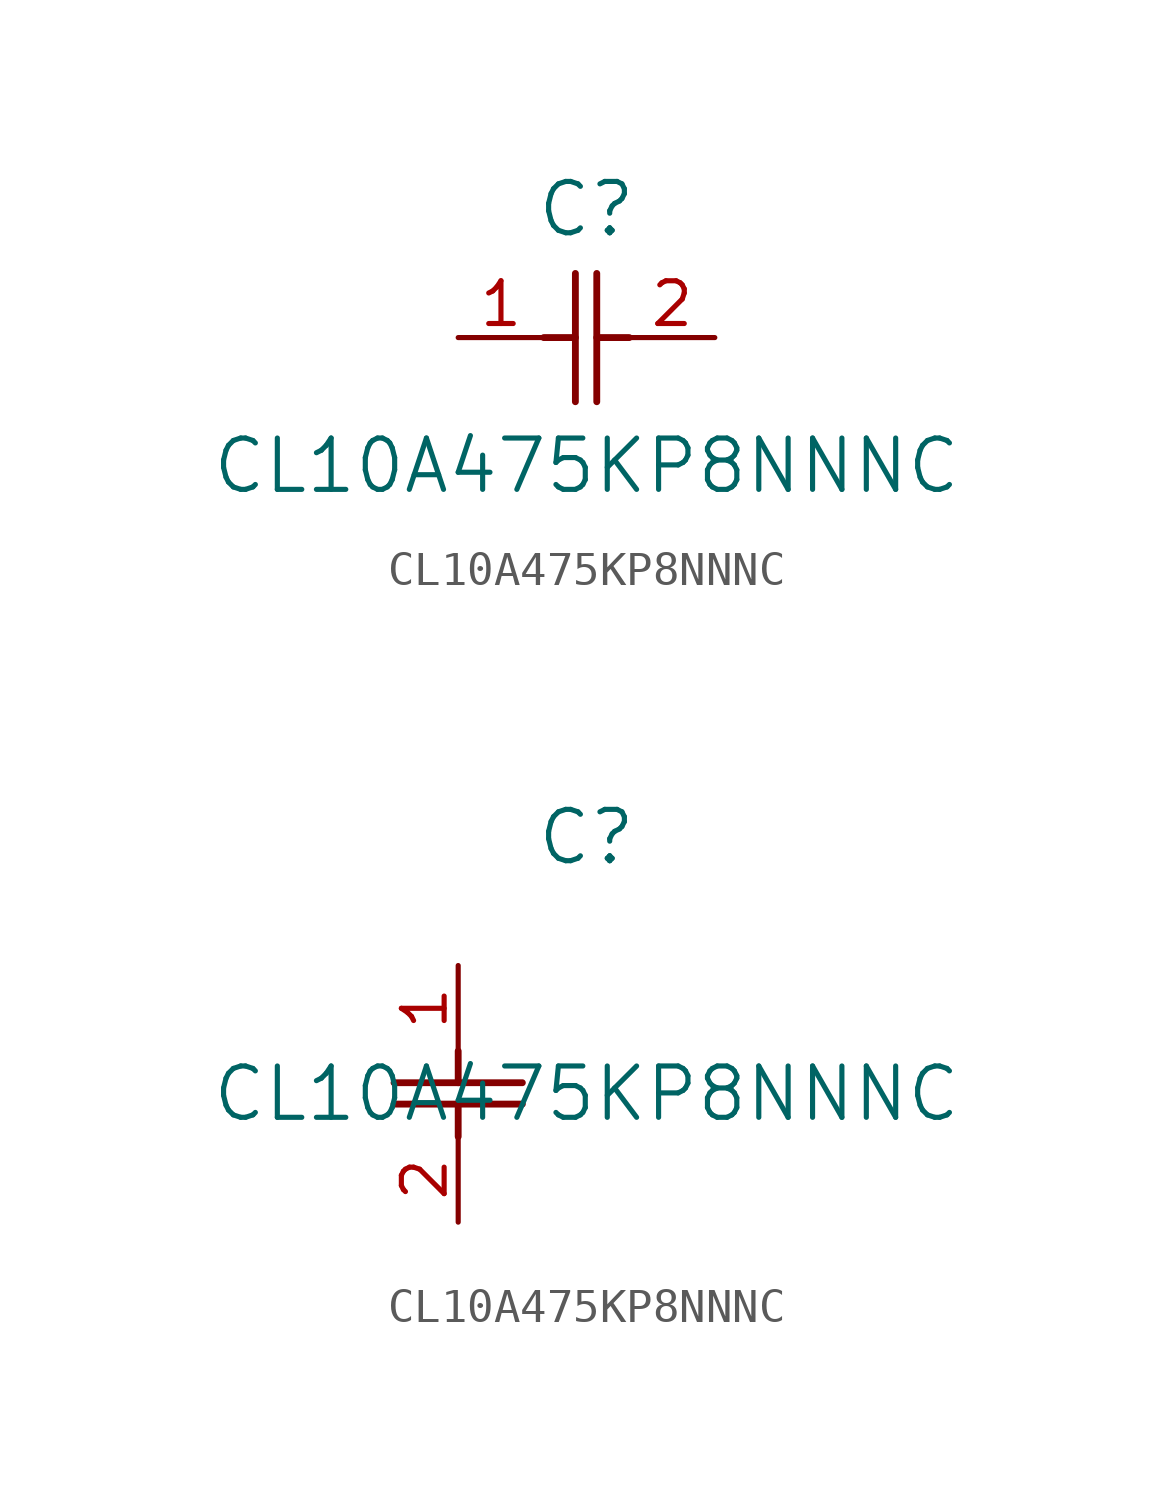
<source format=kicad_sym>
(kicad_symbol_lib
  (version 20211014)
  (generator kicad_symbol_editor)
  (symbol "CL10A475KP8NNNC"
    (pin_names
      (offset 0.254))
    (property "Reference" "C"
      (at 3.81 3.81 0)
      (effects (font (size 1.524 1.524))))
    (property "Value" "CL10A475KP8NNNC"
      (at 3.81 -3.81 0)
      (effects (font (size 1.524 1.524))))
    (symbol "CL10A475KP8NNNC_1_1"
      (polyline (pts (xy 3.48 -1.905) (xy 3.48 1.905)) (stroke (width 0.203) (type default) (color 0 0 0 0)) (fill (type none)))
      (polyline (pts (xy 4.115 -1.905) (xy 4.115 1.905)) (stroke (width 0.203) (type default) (color 0 0 0 0)) (fill (type none)))
      (polyline (pts (xy 4.115 0) (xy 5.08 0)) (stroke (width 0.203) (type default) (color 0 0 0 0)) (fill (type none)))
      (polyline (pts (xy 2.54 0) (xy 3.48 0)) (stroke (width 0.203) (type default) (color 0 0 0 0)) (fill (type none)))
      (pin unspecified line (at 0 0 0) (length 2.54) (name "" (effects (font (size 1.27 1.27)))) (number "1" (effects (font (size 1.27 1.27)))))
      (pin unspecified line (at 7.62 0 180) (length 2.54) (name "" (effects (font (size 1.27 1.27)))) (number "2" (effects (font (size 1.27 1.27))))))
    (symbol "CL10A475KP8NNNC_1_2"
      (polyline (pts (xy -1.905 -3.48) (xy 1.905 -3.48)) (stroke (width 0.203) (type default) (color 0 0 0 0)) (fill (type none)))
      (polyline (pts (xy -1.905 -4.115) (xy 1.905 -4.115)) (stroke (width 0.203) (type default) (color 0 0 0 0)) (fill (type none)))
      (polyline (pts (xy 0 -4.115) (xy 0 -5.08)) (stroke (width 0.203) (type default) (color 0 0 0 0)) (fill (type none)))
      (polyline (pts (xy 0 -2.54) (xy 0 -3.48)) (stroke (width 0.203) (type default) (color 0 0 0 0)) (fill (type none)))
      (pin unspecified line (at 0 0 270) (length 2.54) (name "" (effects (font (size 1.27 1.27)))) (number "1" (effects (font (size 1.27 1.27)))))
      (pin unspecified line (at 0 -7.62 90) (length 2.54) (name "" (effects (font (size 1.27 1.27)))) (number "2" (effects (font (size 1.27 1.27))))))))
</source>
